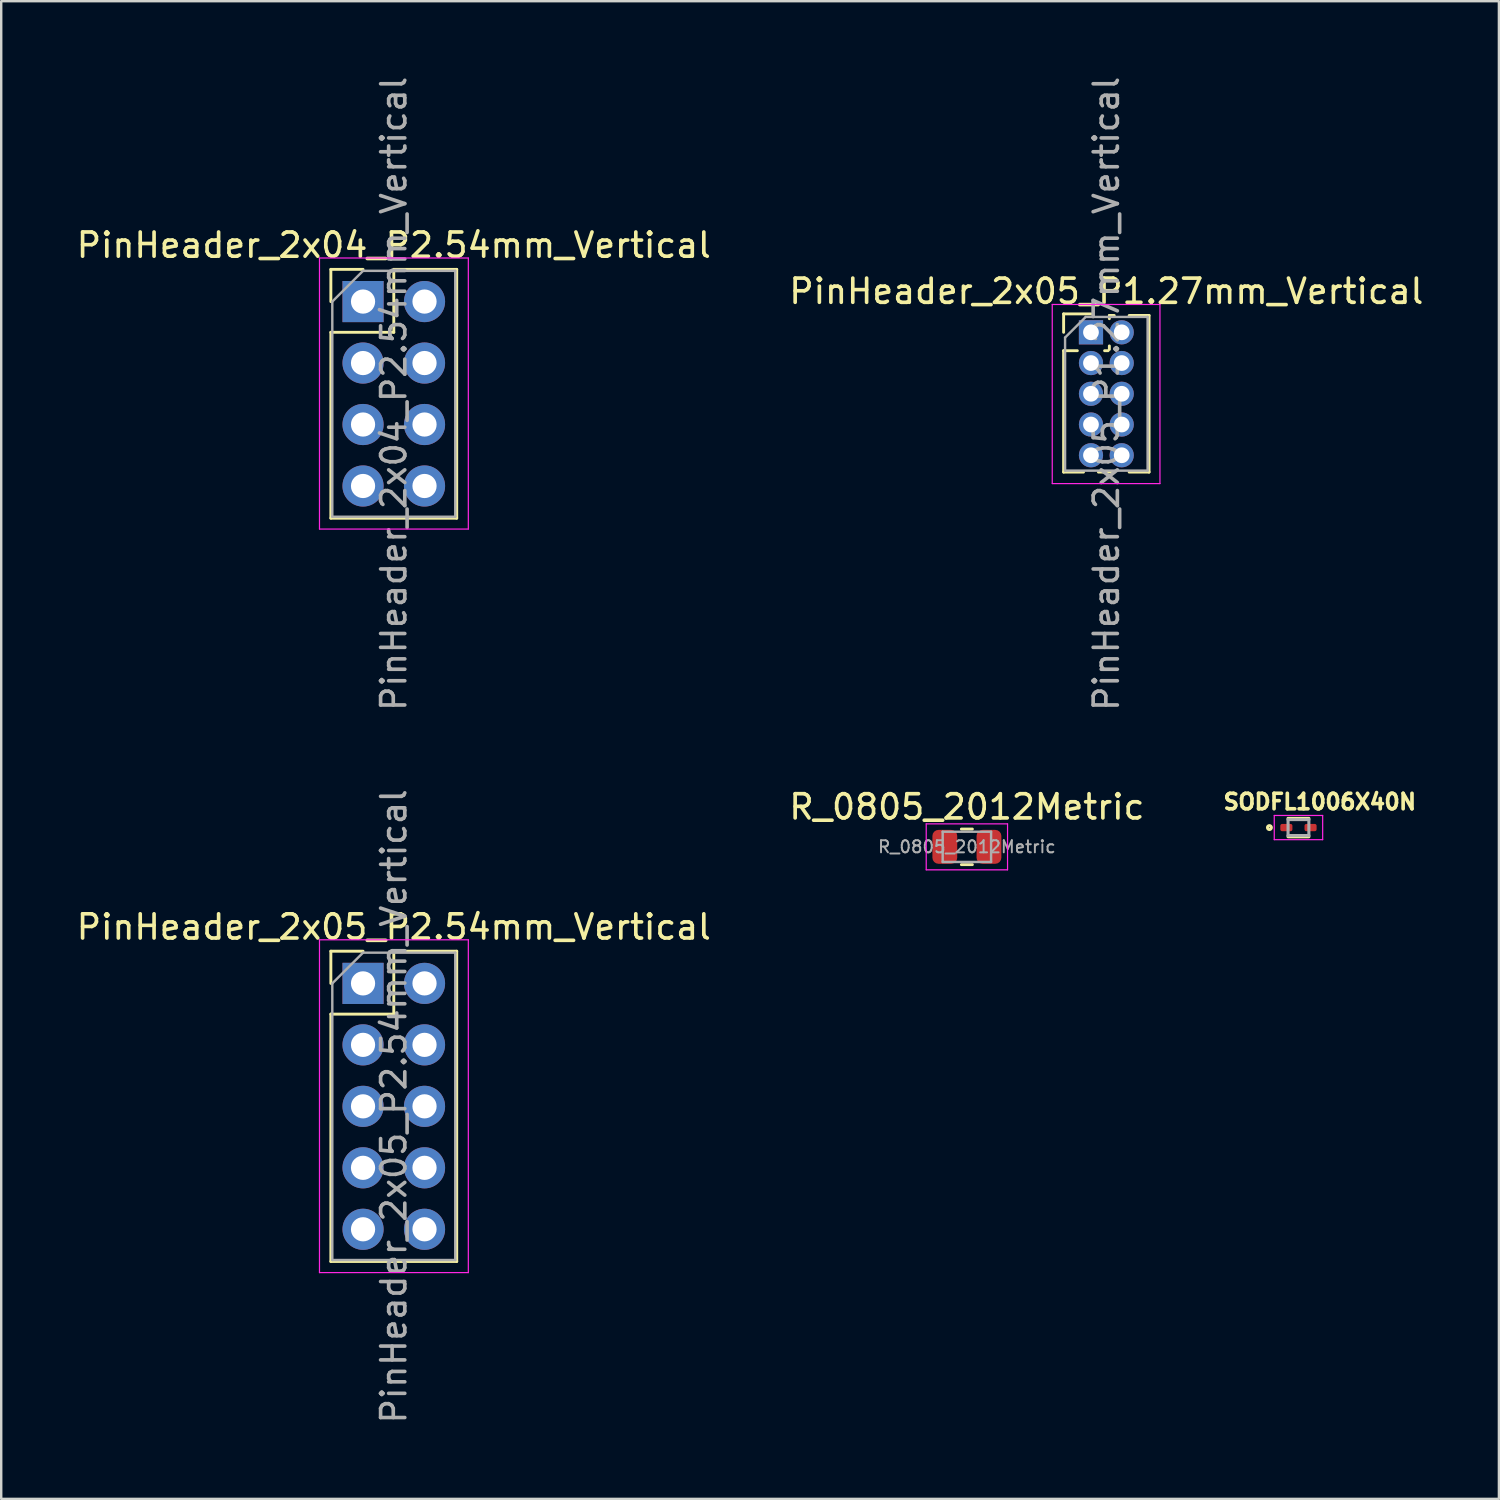
<source format=kicad_pcb>
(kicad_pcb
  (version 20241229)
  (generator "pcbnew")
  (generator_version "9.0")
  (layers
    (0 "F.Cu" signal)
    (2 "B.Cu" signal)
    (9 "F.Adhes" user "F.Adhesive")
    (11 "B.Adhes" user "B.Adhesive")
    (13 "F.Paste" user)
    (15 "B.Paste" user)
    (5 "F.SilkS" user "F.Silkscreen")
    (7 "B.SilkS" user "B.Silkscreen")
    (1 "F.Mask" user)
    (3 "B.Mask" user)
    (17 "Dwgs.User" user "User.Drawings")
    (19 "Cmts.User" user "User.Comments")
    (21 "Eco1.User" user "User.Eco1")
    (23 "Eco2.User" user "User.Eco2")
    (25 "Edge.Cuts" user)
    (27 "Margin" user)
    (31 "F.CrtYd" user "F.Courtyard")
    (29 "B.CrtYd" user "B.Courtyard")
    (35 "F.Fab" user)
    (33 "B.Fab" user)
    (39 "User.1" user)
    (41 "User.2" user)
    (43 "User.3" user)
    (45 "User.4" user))
  (footprint "PinHeader_2x05_P2.54mm_Vertical"
    (layer "F.Cu")
    (at 11.95 37.581)
    (property "Reference" "PinHeader_2x05_P2.54mm_Vertical" (at 1.27 -2.33 0) (layer "F.SilkS") (effects (font (size 1 1) (thickness 0.15))))
    (attr through_hole)
    (fp_line (start -1.33 -1.33) (end 0 -1.33) (stroke (width 0.12) (type solid)) (layer "F.SilkS"))
    (fp_line (start -1.33 0) (end -1.33 -1.33) (stroke (width 0.12) (type solid)) (layer "F.SilkS"))
    (fp_line (start -1.33 1.27) (end -1.33 11.49) (stroke (width 0.12) (type solid)) (layer "F.SilkS"))
    (fp_line (start -1.33 1.27) (end 1.27 1.27) (stroke (width 0.12) (type solid)) (layer "F.SilkS"))
    (fp_line (start -1.33 11.49) (end 3.87 11.49) (stroke (width 0.12) (type solid)) (layer "F.SilkS"))
    (fp_line (start 1.27 -1.33) (end 3.87 -1.33) (stroke (width 0.12) (type solid)) (layer "F.SilkS"))
    (fp_line (start 1.27 1.27) (end 1.27 -1.33) (stroke (width 0.12) (type solid)) (layer "F.SilkS"))
    (fp_line (start 3.87 -1.33) (end 3.87 11.49) (stroke (width 0.12) (type solid)) (layer "F.SilkS"))
    (fp_line (start -1.8 -1.8) (end -1.8 11.95) (stroke (width 0.05) (type solid)) (layer "F.CrtYd"))
    (fp_line (start -1.8 11.95) (end 4.35 11.95) (stroke (width 0.05) (type solid)) (layer "F.CrtYd"))
    (fp_line (start 4.35 -1.8) (end -1.8 -1.8) (stroke (width 0.05) (type solid)) (layer "F.CrtYd"))
    (fp_line (start 4.35 11.95) (end 4.35 -1.8) (stroke (width 0.05) (type solid)) (layer "F.CrtYd"))
    (fp_line (start -1.27 0) (end 0 -1.27) (stroke (width 0.1) (type solid)) (layer "F.Fab"))
    (fp_line (start -1.27 11.43) (end -1.27 0) (stroke (width 0.1) (type solid)) (layer "F.Fab"))
    (fp_line (start 0 -1.27) (end 3.81 -1.27) (stroke (width 0.1) (type solid)) (layer "F.Fab"))
    (fp_line (start 3.81 -1.27) (end 3.81 11.43) (stroke (width 0.1) (type solid)) (layer "F.Fab"))
    (fp_line (start 3.81 11.43) (end -1.27 11.43) (stroke (width 0.1) (type solid)) (layer "F.Fab"))
    (fp_text user "${REFERENCE}" (at 1.27 5.08 90) (layer "F.Fab") (effects (font (size 1 1) (thickness 0.15))))
    (pad "1" thru_hole rect (at 0 0) (size 1.7 1.7) (drill 1) (layers "*.Cu" "*.Mask"))
    (pad "2" thru_hole oval (at 2.54 0) (size 1.7 1.7) (drill 1) (layers "*.Cu" "*.Mask"))
    (pad "3" thru_hole oval (at 0 2.54) (size 1.7 1.7) (drill 1) (layers "*.Cu" "*.Mask"))
    (pad "4" thru_hole oval (at 2.54 2.54) (size 1.7 1.7) (drill 1) (layers "*.Cu" "*.Mask"))
    (pad "5" thru_hole oval (at 0 5.08) (size 1.7 1.7) (drill 1) (layers "*.Cu" "*.Mask"))
    (pad "6" thru_hole oval (at 2.54 5.08) (size 1.7 1.7) (drill 1) (layers "*.Cu" "*.Mask"))
    (pad "7" thru_hole oval (at 0 7.62) (size 1.7 1.7) (drill 1) (layers "*.Cu" "*.Mask"))
    (pad "8" thru_hole oval (at 2.54 7.62) (size 1.7 1.7) (drill 1) (layers "*.Cu" "*.Mask"))
    (pad "9" thru_hole oval (at 0 10.16) (size 1.7 1.7) (drill 1) (layers "*.Cu" "*.Mask"))
    (pad "10" thru_hole oval (at 2.54 10.16) (size 1.7 1.7) (drill 1) (layers "*.Cu" "*.Mask")))
  (footprint "R_0805_2012Metric"
    (layer "F.Cu")
    (at 36.899 31.939)
    (property "Reference" "R_0805_2012Metric" (at 0 -1.65 0) (layer "F.SilkS") (effects (font (size 1 1) (thickness 0.15))))
    (attr smd)
    (fp_line (start -0.227 -0.735) (end 0.227 -0.735) (stroke (width 0.12) (type solid)) (layer "F.SilkS"))
    (fp_line (start -0.227 0.735) (end 0.227 0.735) (stroke (width 0.12) (type solid)) (layer "F.SilkS"))
    (fp_line (start -1.68 -0.95) (end 1.68 -0.95) (stroke (width 0.05) (type solid)) (layer "F.CrtYd"))
    (fp_line (start -1.68 0.95) (end -1.68 -0.95) (stroke (width 0.05) (type solid)) (layer "F.CrtYd"))
    (fp_line (start 1.68 -0.95) (end 1.68 0.95) (stroke (width 0.05) (type solid)) (layer "F.CrtYd"))
    (fp_line (start 1.68 0.95) (end -1.68 0.95) (stroke (width 0.05) (type solid)) (layer "F.CrtYd"))
    (fp_line (start -1 -0.625) (end 1 -0.625) (stroke (width 0.1) (type solid)) (layer "F.Fab"))
    (fp_line (start -1 0.625) (end -1 -0.625) (stroke (width 0.1) (type solid)) (layer "F.Fab"))
    (fp_line (start 1 -0.625) (end 1 0.625) (stroke (width 0.1) (type solid)) (layer "F.Fab"))
    (fp_line (start 1 0.625) (end -1 0.625) (stroke (width 0.1) (type solid)) (layer "F.Fab"))
    (fp_text user "${REFERENCE}" (at 0 0 0) (layer "F.Fab") (effects (font (size 0.5 0.5) (thickness 0.08))))
    (pad "1" smd roundrect (at -0.912 0) (size 1.025 1.4) (layers "F.Cu" "F.Mask" "F.Paste") (roundrect_rratio 0.244))
    (pad "2" smd roundrect (at 0.912 0) (size 1.025 1.4) (layers "F.Cu" "F.Mask" "F.Paste") (roundrect_rratio 0.244)))
  (footprint "PinHeader_2x05_P1.27mm_Vertical"
    (layer "F.Cu")
    (at 42.026 10.68)
    (property "Reference" "PinHeader_2x05_P1.27mm_Vertical" (at 0.635 -1.695 180) (layer "F.SilkS") (effects (font (size 1 1) (thickness 0.15))))
    (attr through_hole)
    (fp_line (start -1.13 -0.76) (end 0 -0.76) (stroke (width 0.12) (type solid)) (layer "F.SilkS"))
    (fp_line (start -1.13 0) (end -1.13 -0.76) (stroke (width 0.12) (type solid)) (layer "F.SilkS"))
    (fp_line (start -1.13 0.76) (end -1.13 5.775) (stroke (width 0.12) (type solid)) (layer "F.SilkS"))
    (fp_line (start -1.13 0.76) (end -0.563 0.76) (stroke (width 0.12) (type solid)) (layer "F.SilkS"))
    (fp_line (start -1.13 5.775) (end -0.308 5.775) (stroke (width 0.12) (type solid)) (layer "F.SilkS"))
    (fp_line (start 0.308 5.775) (end 0.962 5.775) (stroke (width 0.12) (type solid)) (layer "F.SilkS"))
    (fp_line (start 0.563 0.76) (end 0.707 0.76) (stroke (width 0.12) (type solid)) (layer "F.SilkS"))
    (fp_line (start 0.76 -0.695) (end 0.962 -0.695) (stroke (width 0.12) (type solid)) (layer "F.SilkS"))
    (fp_line (start 0.76 -0.563) (end 0.76 -0.695) (stroke (width 0.12) (type solid)) (layer "F.SilkS"))
    (fp_line (start 0.76 0.707) (end 0.76 0.563) (stroke (width 0.12) (type solid)) (layer "F.SilkS"))
    (fp_line (start 1.578 -0.695) (end 2.4 -0.695) (stroke (width 0.12) (type solid)) (layer "F.SilkS"))
    (fp_line (start 1.578 5.775) (end 2.4 5.775) (stroke (width 0.12) (type solid)) (layer "F.SilkS"))
    (fp_line (start 2.4 -0.695) (end 2.4 5.775) (stroke (width 0.12) (type solid)) (layer "F.SilkS"))
    (fp_line (start -1.6 -1.15) (end -1.6 6.25) (stroke (width 0.05) (type solid)) (layer "F.CrtYd"))
    (fp_line (start -1.6 6.25) (end 2.85 6.25) (stroke (width 0.05) (type solid)) (layer "F.CrtYd"))
    (fp_line (start 2.85 -1.15) (end -1.6 -1.15) (stroke (width 0.05) (type solid)) (layer "F.CrtYd"))
    (fp_line (start 2.85 6.25) (end 2.85 -1.15) (stroke (width 0.05) (type solid)) (layer "F.CrtYd"))
    (fp_line (start -1.07 0.217) (end -0.217 -0.635) (stroke (width 0.1) (type solid)) (layer "F.Fab"))
    (fp_line (start -1.07 5.715) (end -1.07 0.217) (stroke (width 0.1) (type solid)) (layer "F.Fab"))
    (fp_line (start -0.217 -0.635) (end 2.34 -0.635) (stroke (width 0.1) (type solid)) (layer "F.Fab"))
    (fp_line (start 2.34 -0.635) (end 2.34 5.715) (stroke (width 0.1) (type solid)) (layer "F.Fab"))
    (fp_line (start 2.34 5.715) (end -1.07 5.715) (stroke (width 0.1) (type solid)) (layer "F.Fab"))
    (fp_text user "${REFERENCE}" (at 0.635 2.54 90) (layer "F.Fab") (effects (font (size 1 1) (thickness 0.15))))
    (pad "1" thru_hole rect (at 0 0) (size 1 1) (drill 0.65) (layers "*.Cu" "*.Mask"))
    (pad "2" thru_hole oval (at 1.27 0) (size 1 1) (drill 0.65) (layers "*.Cu" "*.Mask"))
    (pad "3" thru_hole oval (at 0 1.27) (size 1 1) (drill 0.65) (layers "*.Cu" "*.Mask"))
    (pad "4" thru_hole oval (at 1.27 1.27) (size 1 1) (drill 0.65) (layers "*.Cu" "*.Mask"))
    (pad "5" thru_hole oval (at 0 2.54) (size 1 1) (drill 0.65) (layers "*.Cu" "*.Mask"))
    (pad "6" thru_hole oval (at 1.27 2.54) (size 1 1) (drill 0.65) (layers "*.Cu" "*.Mask"))
    (pad "7" thru_hole oval (at 0 3.81) (size 1 1) (drill 0.65) (layers "*.Cu" "*.Mask"))
    (pad "8" thru_hole oval (at 1.27 3.81) (size 1 1) (drill 0.65) (layers "*.Cu" "*.Mask"))
    (pad "9" thru_hole oval (at 0 5.08) (size 1 1) (drill 0.65) (layers "*.Cu" "*.Mask"))
    (pad "10" thru_hole oval (at 1.27 5.08) (size 1 1) (drill 0.65) (layers "*.Cu" "*.Mask")))
  (footprint "SODFL1006X40N"
    (layer "F.Cu")
    (at 50.599 31.143)
    (property "Reference" "SODFL1006X40N" (at 0.881 -1.065 180) (layer "F.SilkS") (effects (font (size 0.64 0.64) (thickness 0.15))))
    (attr smd)
    (fp_line (start -0.43 -0.38) (end 0.43 -0.38) (stroke (width 0.127) (type solid)) (layer "F.SilkS"))
    (fp_line (start 0.43 0.38) (end -0.43 0.38) (stroke (width 0.127) (type solid)) (layer "F.SilkS"))
    (fp_circle (center -1.2 0) (end -1.12 0) (stroke (width 0.127) (type solid)) (fill no) (layer "F.SilkS"))
    (fp_line (start -1 -0.5) (end 1 -0.5) (stroke (width 0.05) (type solid)) (layer "F.CrtYd"))
    (fp_line (start -1 0.5) (end -1 -0.5) (stroke (width 0.05) (type solid)) (layer "F.CrtYd"))
    (fp_line (start 1 -0.5) (end 1 0.5) (stroke (width 0.05) (type solid)) (layer "F.CrtYd"))
    (fp_line (start 1 0.5) (end -1 0.5) (stroke (width 0.05) (type solid)) (layer "F.CrtYd"))
    (fp_line (start -0.43 -0.33) (end 0.43 -0.33) (stroke (width 0.127) (type solid)) (layer "F.Fab"))
    (fp_line (start -0.43 0.33) (end -0.43 -0.33) (stroke (width 0.127) (type solid)) (layer "F.Fab"))
    (fp_line (start 0.43 -0.33) (end 0.43 0.33) (stroke (width 0.127) (type solid)) (layer "F.Fab"))
    (fp_line (start 0.43 0.33) (end -0.43 0.33) (stroke (width 0.127) (type solid)) (layer "F.Fab"))
    (pad "1" smd roundrect (at -0.5 0) (size 0.5 0.3) (layers "F.Cu" "F.Mask" "F.Paste") (roundrect_rratio 0.25))
    (pad "2" smd roundrect (at 0.5 0) (size 0.5 0.3) (layers "F.Cu" "F.Mask" "F.Paste") (roundrect_rratio 0.25)))
  (footprint "PinHeader_2x04_P2.54mm_Vertical"
    (layer "F.Cu")
    (at 11.95 9.41)
    (property "Reference" "PinHeader_2x04_P2.54mm_Vertical" (at 1.27 -2.33 0) (layer "F.SilkS") (effects (font (size 1 1) (thickness 0.15))))
    (attr through_hole)
    (fp_line (start -1.33 -1.33) (end 0 -1.33) (stroke (width 0.12) (type solid)) (layer "F.SilkS"))
    (fp_line (start -1.33 0) (end -1.33 -1.33) (stroke (width 0.12) (type solid)) (layer "F.SilkS"))
    (fp_line (start -1.33 1.27) (end -1.33 8.95) (stroke (width 0.12) (type solid)) (layer "F.SilkS"))
    (fp_line (start -1.33 1.27) (end 1.27 1.27) (stroke (width 0.12) (type solid)) (layer "F.SilkS"))
    (fp_line (start -1.33 8.95) (end 3.87 8.95) (stroke (width 0.12) (type solid)) (layer "F.SilkS"))
    (fp_line (start 1.27 -1.33) (end 3.87 -1.33) (stroke (width 0.12) (type solid)) (layer "F.SilkS"))
    (fp_line (start 1.27 1.27) (end 1.27 -1.33) (stroke (width 0.12) (type solid)) (layer "F.SilkS"))
    (fp_line (start 3.87 -1.33) (end 3.87 8.95) (stroke (width 0.12) (type solid)) (layer "F.SilkS"))
    (fp_line (start -1.8 -1.8) (end -1.8 9.4) (stroke (width 0.05) (type solid)) (layer "F.CrtYd"))
    (fp_line (start -1.8 9.4) (end 4.35 9.4) (stroke (width 0.05) (type solid)) (layer "F.CrtYd"))
    (fp_line (start 4.35 -1.8) (end -1.8 -1.8) (stroke (width 0.05) (type solid)) (layer "F.CrtYd"))
    (fp_line (start 4.35 9.4) (end 4.35 -1.8) (stroke (width 0.05) (type solid)) (layer "F.CrtYd"))
    (fp_line (start -1.27 0) (end 0 -1.27) (stroke (width 0.1) (type solid)) (layer "F.Fab"))
    (fp_line (start -1.27 8.89) (end -1.27 0) (stroke (width 0.1) (type solid)) (layer "F.Fab"))
    (fp_line (start 0 -1.27) (end 3.81 -1.27) (stroke (width 0.1) (type solid)) (layer "F.Fab"))
    (fp_line (start 3.81 -1.27) (end 3.81 8.89) (stroke (width 0.1) (type solid)) (layer "F.Fab"))
    (fp_line (start 3.81 8.89) (end -1.27 8.89) (stroke (width 0.1) (type solid)) (layer "F.Fab"))
    (fp_text user "${REFERENCE}" (at 1.27 3.81 90) (layer "F.Fab") (effects (font (size 1 1) (thickness 0.15))))
    (pad "1" thru_hole rect (at 0 0) (size 1.7 1.7) (drill 1) (layers "*.Cu" "*.Mask"))
    (pad "2" thru_hole oval (at 2.54 0) (size 1.7 1.7) (drill 1) (layers "*.Cu" "*.Mask"))
    (pad "3" thru_hole oval (at 0 2.54) (size 1.7 1.7) (drill 1) (layers "*.Cu" "*.Mask"))
    (pad "4" thru_hole oval (at 2.54 2.54) (size 1.7 1.7) (drill 1) (layers "*.Cu" "*.Mask"))
    (pad "5" thru_hole oval (at 0 5.08) (size 1.7 1.7) (drill 1) (layers "*.Cu" "*.Mask"))
    (pad "6" thru_hole oval (at 2.54 5.08) (size 1.7 1.7) (drill 1) (layers "*.Cu" "*.Mask"))
    (pad "7" thru_hole oval (at 0 7.62) (size 1.7 1.7) (drill 1) (layers "*.Cu" "*.Mask"))
    (pad "8" thru_hole oval (at 2.54 7.62) (size 1.7 1.7) (drill 1) (layers "*.Cu" "*.Mask")))
  (gr_rect
    (start -3 -3)
    (end 58.881 58.881)
    (stroke (width 0.1) (type default))
    (fill no)
    (layer "Edge.Cuts")))
</source>
